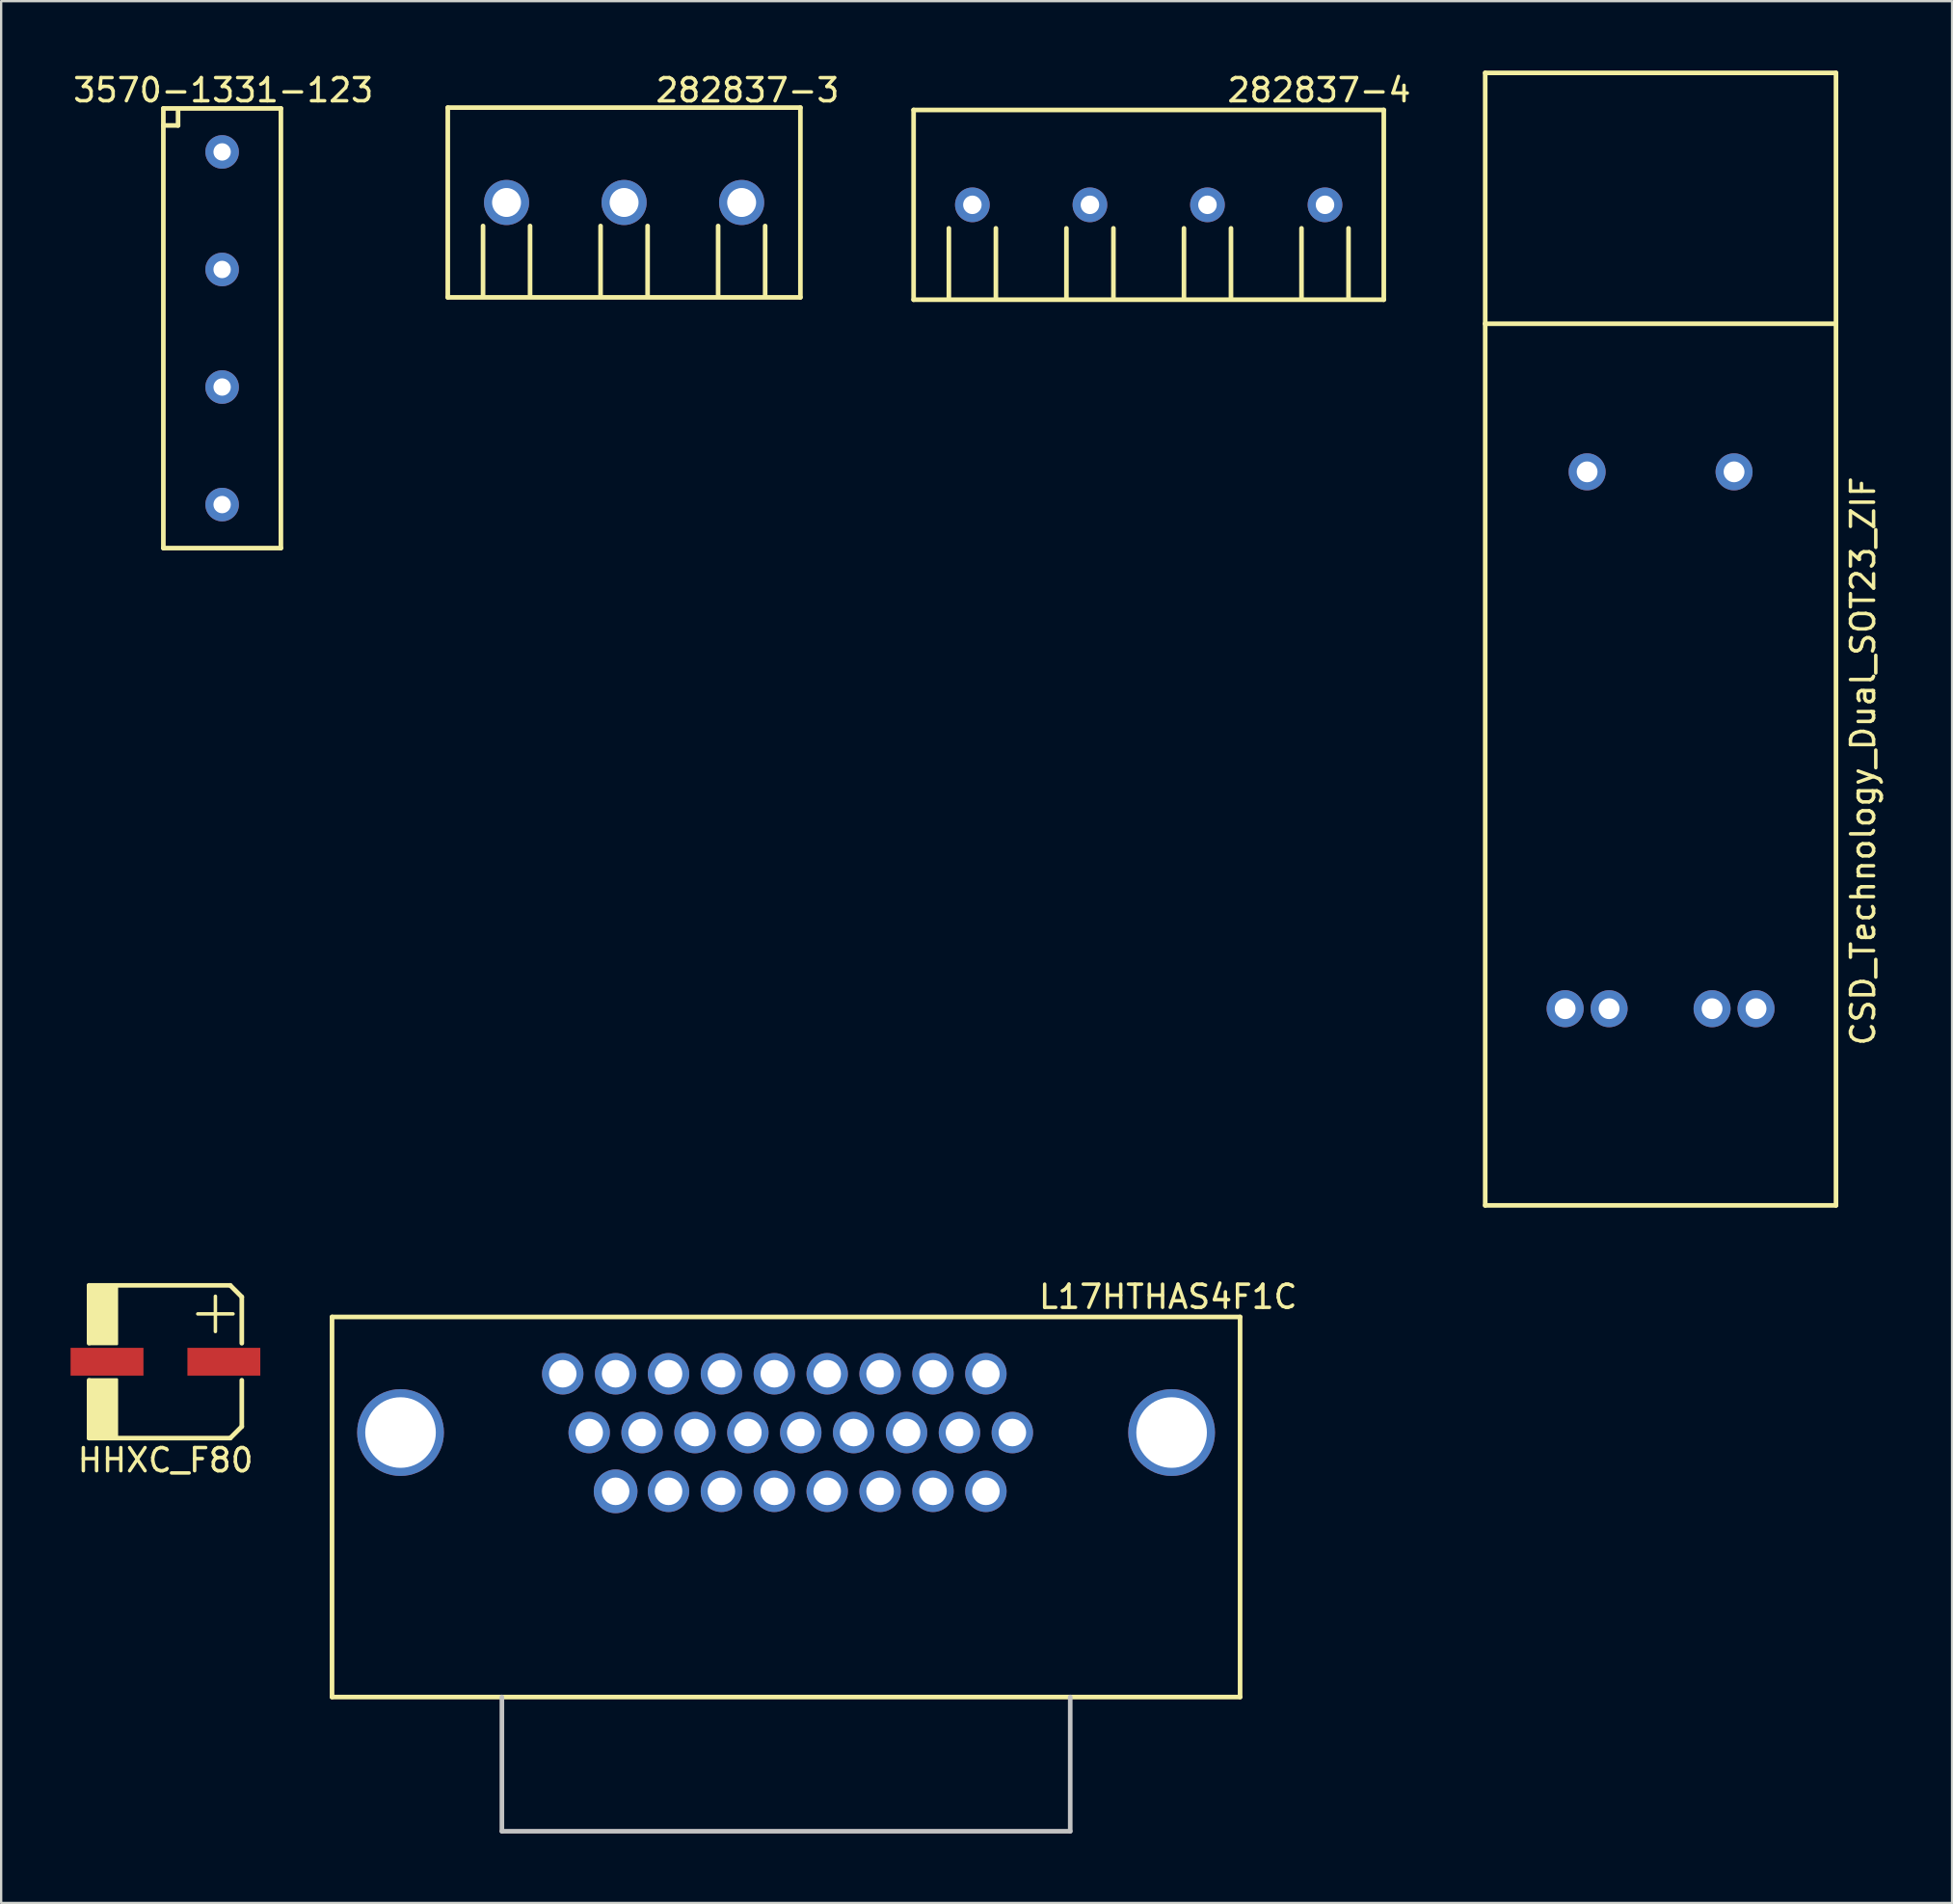
<source format=kicad_pcb>
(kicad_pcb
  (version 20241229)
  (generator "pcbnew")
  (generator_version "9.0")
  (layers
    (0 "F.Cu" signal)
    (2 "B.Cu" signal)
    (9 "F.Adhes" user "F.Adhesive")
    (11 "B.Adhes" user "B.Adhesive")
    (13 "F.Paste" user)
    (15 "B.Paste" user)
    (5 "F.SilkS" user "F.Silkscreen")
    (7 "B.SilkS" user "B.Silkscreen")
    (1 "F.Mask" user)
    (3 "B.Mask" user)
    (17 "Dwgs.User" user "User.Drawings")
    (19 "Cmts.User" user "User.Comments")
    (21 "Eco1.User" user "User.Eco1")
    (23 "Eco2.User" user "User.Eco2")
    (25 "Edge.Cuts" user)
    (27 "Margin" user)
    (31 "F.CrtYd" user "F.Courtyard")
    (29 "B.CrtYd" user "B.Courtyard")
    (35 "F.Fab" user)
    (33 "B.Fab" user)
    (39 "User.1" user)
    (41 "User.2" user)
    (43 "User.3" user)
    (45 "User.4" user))
  (footprint "282837-4"
    (layer "F.Cu")
    (at 46.594 5.801)
    (property "Reference" "282837-4" (at 7.366 -4.953 0) (layer "F.SilkS") (effects (font (size 1 1) (thickness 0.15))))
    (attr through_hole)
    (fp_line (start -10.16 -4.1) (end -10.16 4.1) (stroke (width 0.2) (type solid)) (layer "F.SilkS"))
    (fp_line (start -10.16 -4.1) (end 10.16 -4.1) (stroke (width 0.2) (type solid)) (layer "F.SilkS"))
    (fp_line (start -10.16 4.1) (end 10.16 4.1) (stroke (width 0.2) (type solid)) (layer "F.SilkS"))
    (fp_line (start -8.636 1.016) (end -8.636 4.064) (stroke (width 0.2) (type solid)) (layer "F.SilkS"))
    (fp_line (start -6.604 1.016) (end -6.604 4.064) (stroke (width 0.2) (type solid)) (layer "F.SilkS"))
    (fp_line (start -3.556 1.016) (end -3.556 4.064) (stroke (width 0.2) (type solid)) (layer "F.SilkS"))
    (fp_line (start -1.524 1.016) (end -1.524 4.064) (stroke (width 0.2) (type solid)) (layer "F.SilkS"))
    (fp_line (start 1.524 1.016) (end 1.524 4.064) (stroke (width 0.2) (type solid)) (layer "F.SilkS"))
    (fp_line (start 3.556 1.016) (end 3.556 4.064) (stroke (width 0.2) (type solid)) (layer "F.SilkS"))
    (fp_line (start 6.604 1.016) (end 6.604 4.064) (stroke (width 0.2) (type solid)) (layer "F.SilkS"))
    (fp_line (start 8.636 1.016) (end 8.636 4.064) (stroke (width 0.2) (type solid)) (layer "F.SilkS"))
    (fp_line (start 10.16 4.1) (end 10.16 -4.1) (stroke (width 0.2) (type solid)) (layer "F.SilkS"))
    (pad "1" thru_hole circle (at -7.62 0) (size 1.5 1.5) (drill 0.8) (layers "*.Cu" "*.Mask"))
    (pad "2" thru_hole circle (at -2.54 0) (size 1.5 1.5) (drill 0.8) (layers "*.Cu" "*.Mask"))
    (pad "3" thru_hole circle (at 2.54 0) (size 1.5 1.5) (drill 0.8) (layers "*.Cu" "*.Mask"))
    (pad "4" thru_hole circle (at 7.62 0) (size 1.5 1.5) (drill 0.8) (layers "*.Cu" "*.Mask")))
  (footprint "CSD_Technology_Dual_SOT23_ZIF"
    (layer "F.Cu")
    (at 68.717 10.94)
    (property "Reference" "CSD_Technology_Dual_SOT23_ZIF" (at 8.75 18.9 90) (layer "F.SilkS") (effects (font (size 1 1) (thickness 0.15))))
    (attr through_hole)
    (fp_line (start -7.58 -10.84) (end 7.58 -10.84) (stroke (width 0.2) (type solid)) (layer "F.SilkS"))
    (fp_line (start -7.58 0) (end -7.58 -10.84) (stroke (width 0.2) (type solid)) (layer "F.SilkS"))
    (fp_line (start -7.58 0) (end -7.58 38.1) (stroke (width 0.2) (type solid)) (layer "F.SilkS"))
    (fp_line (start -7.58 0) (end 7.58 0) (stroke (width 0.2) (type solid)) (layer "F.SilkS"))
    (fp_line (start -7.58 38.1) (end 7.58 38.1) (stroke (width 0.2) (type solid)) (layer "F.SilkS"))
    (fp_line (start 7.58 0) (end 7.58 -10.84) (stroke (width 0.2) (type solid)) (layer "F.SilkS"))
    (fp_line (start 7.58 0) (end 7.58 38.1) (stroke (width 0.2) (type solid)) (layer "F.SilkS"))
    (pad "1" thru_hole circle (at -4.125 29.6) (size 1.6 1.6) (drill 0.9) (layers "*.Cu" "*.Mask"))
    (pad "2" thru_hole circle (at -2.225 29.6) (size 1.6 1.6) (drill 0.9) (layers "*.Cu" "*.Mask"))
    (pad "3" thru_hole circle (at -3.175 6.4) (size 1.6 1.6) (drill 0.9) (layers "*.Cu" "*.Mask"))
    (pad "4" thru_hole circle (at 2.225 29.6) (size 1.6 1.6) (drill 0.9) (layers "*.Cu" "*.Mask"))
    (pad "5" thru_hole circle (at 4.125 29.6) (size 1.6 1.6) (drill 0.9) (layers "*.Cu" "*.Mask"))
    (pad "6" thru_hole circle (at 3.175 6.4) (size 1.6 1.6) (drill 0.9) (layers "*.Cu" "*.Mask")))
  (footprint "HHXC_F80"
    (layer "F.Cu")
    (at 4.1 55.796)
    (property "Reference" "HHXC_F80" (at 0 4.255 0) (layer "F.SilkS") (effects (font (size 1 1) (thickness 0.15))))
    (attr through_hole)
    (fp_line (start -3.3 -3.3) (end -3.3 -0.8) (stroke (width 0.2) (type solid)) (layer "F.SilkS"))
    (fp_line (start -3.3 -3.3) (end 2.8 -3.3) (stroke (width 0.2) (type solid)) (layer "F.SilkS"))
    (fp_line (start -3.3 3.3) (end -3.3 0.8) (stroke (width 0.2) (type solid)) (layer "F.SilkS"))
    (fp_line (start -3.3 3.3) (end 2.8 3.3) (stroke (width 0.2) (type solid)) (layer "F.SilkS"))
    (fp_line (start 2.8 -3.3) (end 3.3 -2.8) (stroke (width 0.2) (type solid)) (layer "F.SilkS"))
    (fp_line (start 3.3 -0.8) (end 3.3 -2.8) (stroke (width 0.2) (type solid)) (layer "F.SilkS"))
    (fp_line (start 3.3 0.8) (end 3.3 2.8) (stroke (width 0.2) (type solid)) (layer "F.SilkS"))
    (fp_line (start 3.3 2.8) (end 2.8 3.3) (stroke (width 0.2) (type solid)) (layer "F.SilkS"))
    (fp_poly (pts (xy -3.239 -3.239) (xy -2.095 -3.239) (xy -2.095 -0.762) (xy -3.239 -0.762)) (stroke (width 0.1) (type solid)) (fill yes) (layer "F.SilkS"))
    (fp_poly (pts (xy -3.239 0.762) (xy -2.095 0.762) (xy -2.095 3.239) (xy -3.239 3.239)) (stroke (width 0.1) (type solid)) (fill yes) (layer "F.SilkS"))
    (fp_text user "+" (at 2.159 -2.223 0) (layer "F.SilkS") (effects (font (size 2 2) (thickness 0.15))))
    (pad "1" smd rect (at 2.525 0) (size 3.15 1.2) (layers "F.Cu" "F.Mask" "F.Paste"))
    (pad "2" smd rect (at -2.525 0) (size 3.15 1.2) (layers "F.Cu" "F.Mask" "F.Paste")))
  (footprint "282837-3"
    (layer "F.Cu")
    (at 23.922 5.7)
    (property "Reference" "282837-3" (at 5.334 -4.851 0) (layer "F.SilkS") (effects (font (size 1 1) (thickness 0.15))))
    (attr through_hole)
    (fp_line (start -7.62 -4.1) (end -7.62 4.1) (stroke (width 0.2) (type solid)) (layer "F.SilkS"))
    (fp_line (start -7.62 -4.1) (end 7.62 -4.1) (stroke (width 0.2) (type solid)) (layer "F.SilkS"))
    (fp_line (start -7.62 4.1) (end 7.62 4.1) (stroke (width 0.2) (type solid)) (layer "F.SilkS"))
    (fp_line (start -6.096 1.016) (end -6.096 4.064) (stroke (width 0.2) (type solid)) (layer "F.SilkS"))
    (fp_line (start -4.064 1.016) (end -4.064 4.064) (stroke (width 0.2) (type solid)) (layer "F.SilkS"))
    (fp_line (start -1.016 1.016) (end -1.016 4.064) (stroke (width 0.2) (type solid)) (layer "F.SilkS"))
    (fp_line (start 1.016 1.016) (end 1.016 4.064) (stroke (width 0.2) (type solid)) (layer "F.SilkS"))
    (fp_line (start 4.064 1.016) (end 4.064 4.064) (stroke (width 0.2) (type solid)) (layer "F.SilkS"))
    (fp_line (start 6.096 1.016) (end 6.096 4.064) (stroke (width 0.2) (type solid)) (layer "F.SilkS"))
    (fp_line (start 7.62 -4.1) (end 7.62 4.1) (stroke (width 0.2) (type solid)) (layer "F.SilkS"))
    (pad "1" thru_hole circle (at -5.08 0) (size 1.95 1.95) (drill 1.25) (layers "*.Cu" "*.Mask"))
    (pad "2" thru_hole circle (at 0 0) (size 1.95 1.95) (drill 1.25) (layers "*.Cu" "*.Mask"))
    (pad "3" thru_hole circle (at 5.08 0) (size 1.95 1.95) (drill 1.25) (layers "*.Cu" "*.Mask")))
  (footprint "L17HTHAS4F1C"
    (layer "F.Cu")
    (at 30.922 58.856)
    (property "Reference" "L17HTHAS4F1C" (at 16.51 -5.867 0) (layer "F.SilkS") (effects (font (size 1 1) (thickness 0.15))))
    (attr through_hole)
    (fp_line (start -19.622 -4.995) (end -19.622 11.43) (stroke (width 0.2) (type solid)) (layer "F.SilkS"))
    (fp_line (start -19.622 -4.995) (end 19.622 -4.995) (stroke (width 0.2) (type solid)) (layer "F.SilkS"))
    (fp_line (start -19.622 11.43) (end -12.281 11.43) (stroke (width 0.2) (type solid)) (layer "F.SilkS"))
    (fp_line (start -12.281 11.43) (end 12.281 11.43) (stroke (width 0.2) (type solid)) (layer "F.SilkS"))
    (fp_line (start 19.622 -4.995) (end 19.622 11.43) (stroke (width 0.2) (type solid)) (layer "F.SilkS"))
    (fp_line (start 19.622 11.43) (end 12.281 11.43) (stroke (width 0.2) (type solid)) (layer "F.SilkS"))
    (fp_line (start -12.281 11.43) (end -12.281 17.23) (stroke (width 0.2) (type solid)) (layer "Dwgs.User"))
    (fp_line (start -12.281 17.23) (end 12.281 17.23) (stroke (width 0.2) (type solid)) (layer "Dwgs.User"))
    (fp_line (start 12.281 11.43) (end 12.281 17.23) (stroke (width 0.2) (type solid)) (layer "Dwgs.User"))
    (pad "1" thru_hole circle (at 8.636 -2.54) (size 1.79 1.79) (drill 1.19) (layers "*.Cu" "*.Mask"))
    (pad "2" thru_hole circle (at 6.35 -2.54) (size 1.79 1.79) (drill 1.19) (layers "*.Cu" "*.Mask"))
    (pad "3" thru_hole circle (at 4.064 -2.54) (size 1.79 1.79) (drill 1.19) (layers "*.Cu" "*.Mask"))
    (pad "4" thru_hole circle (at 1.778 -2.54) (size 1.79 1.79) (drill 1.19) (layers "*.Cu" "*.Mask"))
    (pad "5" thru_hole circle (at -0.508 -2.54) (size 1.79 1.79) (drill 1.19) (layers "*.Cu" "*.Mask"))
    (pad "6" thru_hole circle (at -2.794 -2.54) (size 1.79 1.79) (drill 1.19) (layers "*.Cu" "*.Mask"))
    (pad "7" thru_hole circle (at -5.08 -2.54) (size 1.79 1.79) (drill 1.19) (layers "*.Cu" "*.Mask"))
    (pad "8" thru_hole circle (at -7.366 -2.54) (size 1.79 1.79) (drill 1.19) (layers "*.Cu" "*.Mask"))
    (pad "9" thru_hole circle (at -9.652 -2.54) (size 1.79 1.79) (drill 1.19) (layers "*.Cu" "*.Mask"))
    (pad "10" thru_hole circle (at 9.779 0) (size 1.79 1.79) (drill 1.19) (layers "*.Cu" "*.Mask"))
    (pad "11" thru_hole circle (at 7.493 0) (size 1.79 1.79) (drill 1.19) (layers "*.Cu" "*.Mask"))
    (pad "12" thru_hole circle (at 5.207 0) (size 1.79 1.79) (drill 1.19) (layers "*.Cu" "*.Mask"))
    (pad "13" thru_hole circle (at 2.921 0) (size 1.79 1.79) (drill 1.19) (layers "*.Cu" "*.Mask"))
    (pad "14" thru_hole circle (at 0.635 0) (size 1.79 1.79) (drill 1.19) (layers "*.Cu" "*.Mask"))
    (pad "15" thru_hole circle (at -1.651 0) (size 1.79 1.79) (drill 1.19) (layers "*.Cu" "*.Mask"))
    (pad "16" thru_hole circle (at -3.937 0) (size 1.79 1.79) (drill 1.19) (layers "*.Cu" "*.Mask"))
    (pad "17" thru_hole circle (at -6.223 0) (size 1.79 1.79) (drill 1.19) (layers "*.Cu" "*.Mask"))
    (pad "18" thru_hole circle (at -8.509 0) (size 1.79 1.79) (drill 1.19) (layers "*.Cu" "*.Mask"))
    (pad "19" thru_hole circle (at 8.636 2.54) (size 1.79 1.79) (drill 1.19) (layers "*.Cu" "*.Mask"))
    (pad "20" thru_hole circle (at 6.35 2.54) (size 1.79 1.79) (drill 1.19) (layers "*.Cu" "*.Mask"))
    (pad "21" thru_hole circle (at 4.064 2.54) (size 1.79 1.79) (drill 1.19) (layers "*.Cu" "*.Mask"))
    (pad "22" thru_hole circle (at 1.778 2.54) (size 1.79 1.79) (drill 1.19) (layers "*.Cu" "*.Mask"))
    (pad "23" thru_hole circle (at -0.508 2.54) (size 1.79 1.79) (drill 1.19) (layers "*.Cu" "*.Mask"))
    (pad "24" thru_hole circle (at -2.794 2.54) (size 1.79 1.79) (drill 1.19) (layers "*.Cu" "*.Mask"))
    (pad "25" thru_hole circle (at -5.08 2.54) (size 1.79 1.79) (drill 1.19) (layers "*.Cu" "*.Mask"))
    (pad "26" thru_hole circle (at -7.366 2.54) (size 1.89 1.89) (drill 1.19) (layers "*.Cu" "*.Mask"))
    (pad "~" thru_hole circle (at -16.662 0) (size 3.75 3.75) (drill 3.05) (layers "*.Cu" "*.Mask"))
    (pad "~" thru_hole circle (at 16.662 0) (size 3.75 3.75) (drill 3.05) (layers "*.Cu" "*.Mask")))
  (footprint "3570-1331-123"
    (layer "F.Cu")
    (at 6.55 11.135)
    (property "Reference" "3570-1331-123" (at 0.051 -10.287 0) (layer "F.SilkS") (effects (font (size 1 1) (thickness 0.15))))
    (attr through_hole)
    (fp_line (start -2.54 -9.5) (end -2.54 9.5) (stroke (width 0.2) (type solid)) (layer "F.SilkS"))
    (fp_line (start -2.54 -9.5) (end 2.54 -9.5) (stroke (width 0.2) (type solid)) (layer "F.SilkS"))
    (fp_line (start -2.54 9.5) (end 2.54 9.5) (stroke (width 0.2) (type solid)) (layer "F.SilkS"))
    (fp_line (start -1.905 -9.398) (end -1.905 -8.763) (stroke (width 0.2) (type solid)) (layer "F.SilkS"))
    (fp_line (start -1.905 -8.763) (end -2.54 -8.763) (stroke (width 0.2) (type solid)) (layer "F.SilkS"))
    (fp_line (start 2.54 -9.5) (end 2.54 9.5) (stroke (width 0.2) (type solid)) (layer "F.SilkS"))
    (pad "1" thru_hole circle (at 0 -7.62) (size 1.45 1.45) (drill 0.75) (layers "*.Cu" "*.Mask"))
    (pad "2" thru_hole circle (at 0 -2.54) (size 1.45 1.45) (drill 0.75) (layers "*.Cu" "*.Mask"))
    (pad "3" thru_hole circle (at 0 2.54) (size 1.45 1.45) (drill 0.75) (layers "*.Cu" "*.Mask"))
    (pad "4" thru_hole circle (at 0 7.62) (size 1.45 1.45) (drill 0.75) (layers "*.Cu" "*.Mask")))
  (gr_rect
    (start -3 -3)
    (end 81.315 79.186)
    (stroke (width 0.1) (type default))
    (fill no)
    (layer "Edge.Cuts")))
</source>
